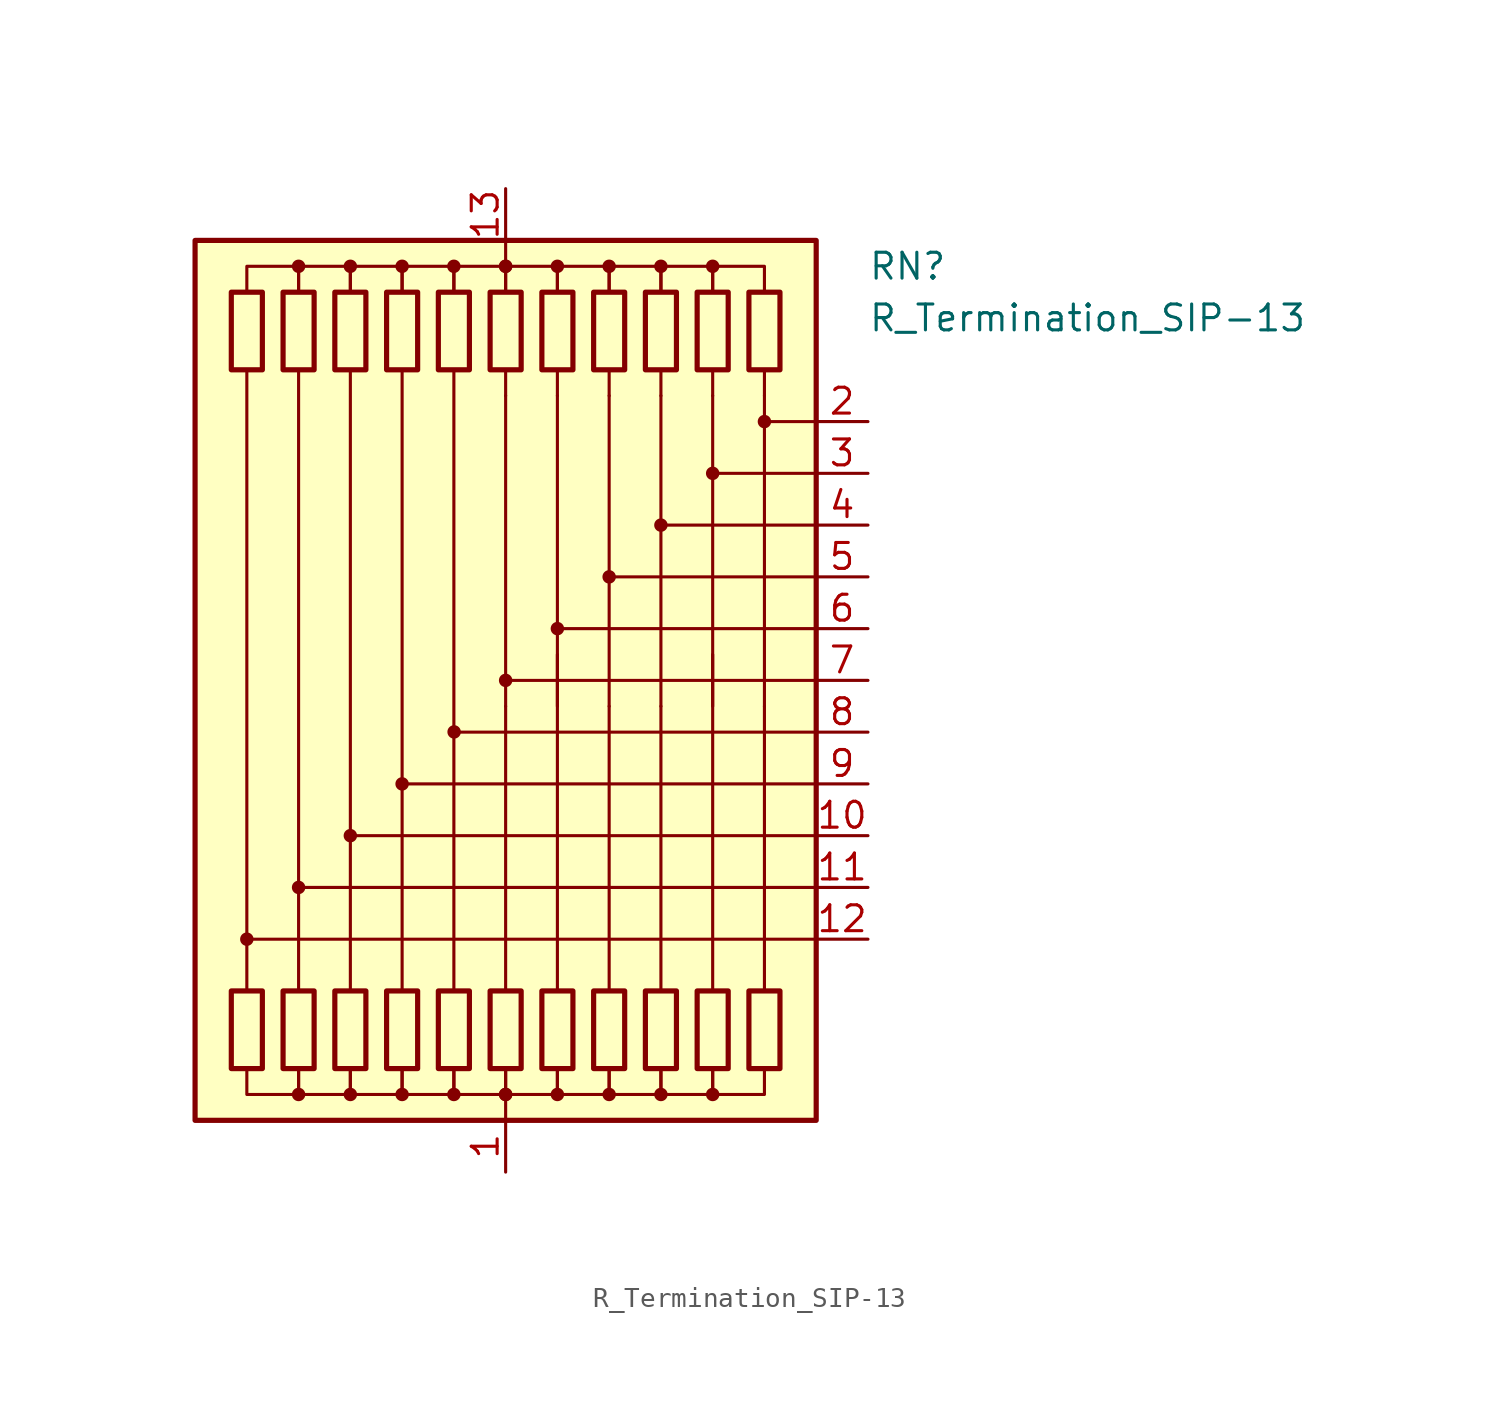
<source format=kicad_sym>
(kicad_symbol_lib
  (version 20220914)
  (generator kicad_symbol_editor)
  (symbol "R_Termination_SIP-13"
    (pin_names
      (offset 0.002) hide)
    (property "Reference" "RN"
      (at 17.78 20.32 0)
      (effects (font (size 1.27 1.27)) (justify left)))
    (property "Value" "R_Termination_SIP-13"
      (at 17.78 17.78 0)
      (effects (font (size 1.27 1.27)) (justify left)))
    (symbol "R_Termination_SIP-13_0_1"
      (rectangle (start -15.24 21.59) (end 15.24 -21.59) (stroke (width 0.254) (type default)) (fill (type background)))
      (rectangle (start -13.462 19.05) (end -11.938 15.24) (stroke (width 0.254) (type default)) (fill (type none)))
      (circle (center -12.7 -12.7) (radius 0.254) (stroke (width 0) (type default)) (fill (type outline)))
      (rectangle (start -11.938 -19.05) (end -13.462 -15.24) (stroke (width 0.254) (type default)) (fill (type none)))
      (rectangle (start -10.922 19.05) (end -9.398 15.24) (stroke (width 0.254) (type default)) (fill (type none)))
      (circle (center -10.16 -20.32) (radius 0.254) (stroke (width 0) (type default)) (fill (type outline)))
      (circle (center -10.16 -10.16) (radius 0.254) (stroke (width 0) (type default)) (fill (type outline)))
      (circle (center -10.16 20.32) (radius 0.254) (stroke (width 0) (type default)) (fill (type outline)))
      (rectangle (start -9.398 -19.05) (end -10.922 -15.24) (stroke (width 0.254) (type default)) (fill (type none)))
      (rectangle (start -8.382 19.05) (end -6.858 15.24) (stroke (width 0.254) (type default)) (fill (type none)))
      (circle (center -7.62 -20.32) (radius 0.254) (stroke (width 0) (type default)) (fill (type outline)))
      (circle (center -7.62 -7.62) (radius 0.254) (stroke (width 0) (type default)) (fill (type outline)))
      (circle (center -7.62 20.32) (radius 0.254) (stroke (width 0) (type default)) (fill (type outline)))
      (rectangle (start -6.858 -19.05) (end -8.382 -15.24) (stroke (width 0.254) (type default)) (fill (type none)))
      (rectangle (start -5.842 19.05) (end -4.318 15.24) (stroke (width 0.254) (type default)) (fill (type none)))
      (circle (center -5.08 -20.32) (radius 0.254) (stroke (width 0) (type default)) (fill (type outline)))
      (circle (center -5.08 -5.08) (radius 0.254) (stroke (width 0) (type default)) (fill (type outline)))
      (circle (center -5.08 20.32) (radius 0.254) (stroke (width 0) (type default)) (fill (type outline)))
      (rectangle (start -4.318 -19.05) (end -5.842 -15.24) (stroke (width 0.254) (type default)) (fill (type none)))
      (rectangle (start -3.302 19.05) (end -1.778 15.24) (stroke (width 0.254) (type default)) (fill (type none)))
      (circle (center -2.54 -20.32) (radius 0.254) (stroke (width 0) (type default)) (fill (type outline)))
      (circle (center -2.54 20.32) (radius 0.254) (stroke (width 0) (type default)) (fill (type outline)))
      (circle (center -2.528 -2.529) (radius 0.254) (stroke (width 0) (type default)) (fill (type outline)))
      (rectangle (start -1.778 -19.05) (end -3.302 -15.24) (stroke (width 0.254) (type default)) (fill (type none)))
      (rectangle (start -0.762 19.05) (end 0.762 15.24) (stroke (width 0.254) (type default)) (fill (type none)))
      (circle (center 0 -20.32) (radius 0.254) (stroke (width 0) (type default)) (fill (type outline)))
      (circle (center 0 -20.32) (radius 0.254) (stroke (width 0) (type default)) (fill (type outline)))
      (polyline (pts (xy -12.7 15.24) (xy -12.7 -15.24)) (stroke (width 0) (type default)) (fill (type none)))
      (polyline (pts (xy -10.16 15.24) (xy -10.16 -15.24)) (stroke (width 0) (type default)) (fill (type none)))
      (polyline (pts (xy -7.62 15.24) (xy -7.62 -15.24)) (stroke (width 0) (type default)) (fill (type none)))
      (polyline (pts (xy -5.08 15.24) (xy -5.08 -15.24)) (stroke (width 0) (type default)) (fill (type none)))
      (polyline (pts (xy -2.54 15.24) (xy -2.54 -15.24)) (stroke (width 0) (type default)) (fill (type none)))
      (polyline (pts (xy 0 -21.59) (xy 0 -20.32)) (stroke (width 0) (type default)) (fill (type none)))
      (polyline (pts (xy 0 -15.24) (xy 0 -1.27)) (stroke (width 0) (type default)) (fill (type none)))
      (polyline (pts (xy 0 13.97) (xy 0 -1.27)) (stroke (width 0.152) (type default)) (fill (type none)))
      (polyline (pts (xy 0 15.24) (xy 0 13.97)) (stroke (width 0) (type default)) (fill (type none)))
      (polyline (pts (xy 0 21.59) (xy 0 20.32)) (stroke (width 0) (type default)) (fill (type none)))
      (polyline (pts (xy 2.54 -15.24) (xy 2.54 1.27)) (stroke (width 0) (type default)) (fill (type none)))
      (polyline (pts (xy 2.54 13.97) (xy 2.54 -1.27)) (stroke (width 0.152) (type default)) (fill (type none)))
      (polyline (pts (xy 2.54 15.24) (xy 2.54 13.97)) (stroke (width 0) (type default)) (fill (type none)))
      (polyline (pts (xy 5.08 -15.24) (xy 5.08 -1.27)) (stroke (width 0) (type default)) (fill (type none)))
      (polyline (pts (xy 5.08 13.97) (xy 5.08 -1.27)) (stroke (width 0.152) (type default)) (fill (type none)))
      (polyline (pts (xy 5.08 15.24) (xy 5.08 13.97)) (stroke (width 0) (type default)) (fill (type none)))
      (polyline (pts (xy 7.62 -15.24) (xy 7.62 -1.27)) (stroke (width 0) (type default)) (fill (type none)))
      (polyline (pts (xy 7.62 13.97) (xy 7.62 -1.27)) (stroke (width 0.152) (type default)) (fill (type none)))
      (polyline (pts (xy 7.62 15.24) (xy 7.62 13.97)) (stroke (width 0) (type default)) (fill (type none)))
      (polyline (pts (xy 10.16 -15.24) (xy 10.16 1.27)) (stroke (width 0) (type default)) (fill (type none)))
      (polyline (pts (xy 10.16 13.97) (xy 10.16 -1.27)) (stroke (width 0.152) (type default)) (fill (type none)))
      (polyline (pts (xy 10.16 15.24) (xy 10.16 13.97)) (stroke (width 0) (type default)) (fill (type none)))
      (polyline (pts (xy 12.7 -15.24) (xy 12.7 -1.27)) (stroke (width 0) (type default)) (fill (type none)))
      (polyline (pts (xy 12.7 13.97) (xy 12.7 -1.27)) (stroke (width 0.152) (type default)) (fill (type none)))
      (polyline (pts (xy 12.7 15.24) (xy 12.7 13.97)) (stroke (width 0) (type default)) (fill (type none)))
      (polyline (pts (xy 15.24 -12.7) (xy -12.7 -12.7)) (stroke (width 0.152) (type default)) (fill (type none)))
      (polyline (pts (xy 15.24 -10.16) (xy -10.16 -10.16)) (stroke (width 0.152) (type default)) (fill (type none)))
      (polyline (pts (xy 15.24 -7.62) (xy -7.62 -7.62)) (stroke (width 0.152) (type default)) (fill (type none)))
      (polyline (pts (xy 15.24 -5.08) (xy -5.08 -5.08)) (stroke (width 0.152) (type default)) (fill (type none)))
      (polyline (pts (xy 15.24 -2.54) (xy -2.54 -2.54)) (stroke (width 0.152) (type default)) (fill (type none)))
      (polyline (pts (xy 15.24 0) (xy 0 0)) (stroke (width 0.152) (type default)) (fill (type none)))
      (polyline (pts (xy 15.24 2.54) (xy 2.54 2.54)) (stroke (width 0.152) (type default)) (fill (type none)))
      (polyline (pts (xy 15.24 5.08) (xy 5.08 5.08)) (stroke (width 0.152) (type default)) (fill (type none)))
      (polyline (pts (xy 15.24 7.62) (xy 7.62 7.62)) (stroke (width 0.152) (type default)) (fill (type none)))
      (polyline (pts (xy 15.24 10.16) (xy 10.16 10.16)) (stroke (width 0.152) (type default)) (fill (type none)))
      (polyline (pts (xy 15.24 12.7) (xy 12.7 12.7)) (stroke (width 0.152) (type default)) (fill (type none)))
      (polyline (pts (xy -12.7 19.05) (xy -12.7 20.32) (xy -10.16 20.32) (xy -10.16 19.05)) (stroke (width 0) (type default)) (fill (type none)))
      (polyline (pts (xy -10.16 -19.05) (xy -10.16 -20.32) (xy -12.7 -20.32) (xy -12.7 -19.05)) (stroke (width 0) (type default)) (fill (type none)))
      (polyline (pts (xy -10.16 19.05) (xy -10.16 20.32) (xy -7.62 20.32) (xy -7.62 19.05)) (stroke (width 0) (type default)) (fill (type none)))
      (polyline (pts (xy -7.62 -19.05) (xy -7.62 -20.32) (xy -10.16 -20.32) (xy -10.16 -19.05)) (stroke (width 0) (type default)) (fill (type none)))
      (polyline (pts (xy -7.62 19.05) (xy -7.62 20.32) (xy -5.08 20.32) (xy -5.08 19.05)) (stroke (width 0) (type default)) (fill (type none)))
      (polyline (pts (xy -5.08 -19.05) (xy -5.08 -20.32) (xy -7.62 -20.32) (xy -7.62 -19.05)) (stroke (width 0) (type default)) (fill (type none)))
      (polyline (pts (xy -5.08 19.05) (xy -5.08 20.32) (xy -2.54 20.32) (xy -2.54 19.05)) (stroke (width 0) (type default)) (fill (type none)))
      (polyline (pts (xy -2.54 -19.05) (xy -2.54 -20.32) (xy -5.08 -20.32) (xy -5.08 -19.05)) (stroke (width 0) (type default)) (fill (type none)))
      (polyline (pts (xy -2.54 19.05) (xy -2.54 20.32) (xy 0 20.32) (xy 0 19.05)) (stroke (width 0) (type default)) (fill (type none)))
      (polyline (pts (xy 0 -19.05) (xy 0 -20.32) (xy -2.54 -20.32) (xy -2.54 -19.05)) (stroke (width 0) (type default)) (fill (type none)))
      (polyline (pts (xy 0 19.05) (xy 0 20.32) (xy 2.54 20.32) (xy 2.54 19.05)) (stroke (width 0) (type default)) (fill (type none)))
      (polyline (pts (xy 2.54 -19.05) (xy 2.54 -20.32) (xy 0 -20.32) (xy 0 -19.05)) (stroke (width 0) (type default)) (fill (type none)))
      (polyline (pts (xy 2.54 19.05) (xy 2.54 20.32) (xy 5.08 20.32) (xy 5.08 19.05)) (stroke (width 0) (type default)) (fill (type none)))
      (polyline (pts (xy 5.08 -19.05) (xy 5.08 -20.32) (xy 2.54 -20.32) (xy 2.54 -19.05)) (stroke (width 0) (type default)) (fill (type none)))
      (polyline (pts (xy 5.08 19.05) (xy 5.08 20.32) (xy 7.62 20.32) (xy 7.62 19.05)) (stroke (width 0) (type default)) (fill (type none)))
      (polyline (pts (xy 7.62 -19.05) (xy 7.62 -20.32) (xy 5.08 -20.32) (xy 5.08 -19.05)) (stroke (width 0) (type default)) (fill (type none)))
      (polyline (pts (xy 7.62 19.05) (xy 7.62 20.32) (xy 10.16 20.32) (xy 10.16 19.05)) (stroke (width 0) (type default)) (fill (type none)))
      (polyline (pts (xy 10.16 -19.05) (xy 10.16 -20.32) (xy 7.62 -20.32) (xy 7.62 -19.05)) (stroke (width 0) (type default)) (fill (type none)))
      (polyline (pts (xy 10.16 19.05) (xy 10.16 20.32) (xy 12.7 20.32) (xy 12.7 19.05)) (stroke (width 0) (type default)) (fill (type none)))
      (polyline (pts (xy 12.7 -19.05) (xy 12.7 -20.32) (xy 10.16 -20.32) (xy 10.16 -19.05)) (stroke (width 0) (type default)) (fill (type none)))
      (circle (center 0 0) (radius 0.254) (stroke (width 0) (type default)) (fill (type outline)))
      (circle (center 0 20.32) (radius 0.254) (stroke (width 0) (type default)) (fill (type outline)))
      (circle (center 0 20.32) (radius 0.254) (stroke (width 0) (type default)) (fill (type outline)))
      (rectangle (start 0.762 -19.05) (end -0.762 -15.24) (stroke (width 0.254) (type default)) (fill (type none)))
      (rectangle (start 1.778 19.05) (end 3.302 15.24) (stroke (width 0.254) (type default)) (fill (type none)))
      (circle (center 2.54 -20.32) (radius 0.254) (stroke (width 0) (type default)) (fill (type outline)))
      (circle (center 2.54 2.54) (radius 0.254) (stroke (width 0) (type default)) (fill (type outline)))
      (circle (center 2.54 20.32) (radius 0.254) (stroke (width 0) (type default)) (fill (type outline)))
      (rectangle (start 3.302 -19.05) (end 1.778 -15.24) (stroke (width 0.254) (type default)) (fill (type none)))
      (rectangle (start 4.318 19.05) (end 5.842 15.24) (stroke (width 0.254) (type default)) (fill (type none)))
      (circle (center 5.08 -20.32) (radius 0.254) (stroke (width 0) (type default)) (fill (type outline)))
      (circle (center 5.08 5.08) (radius 0.254) (stroke (width 0) (type default)) (fill (type outline)))
      (circle (center 5.08 20.32) (radius 0.254) (stroke (width 0) (type default)) (fill (type outline)))
      (rectangle (start 5.842 -19.05) (end 4.318 -15.24) (stroke (width 0.254) (type default)) (fill (type none)))
      (rectangle (start 6.858 19.05) (end 8.382 15.24) (stroke (width 0.254) (type default)) (fill (type none)))
      (circle (center 7.62 -20.32) (radius 0.254) (stroke (width 0) (type default)) (fill (type outline)))
      (circle (center 7.62 7.62) (radius 0.254) (stroke (width 0) (type default)) (fill (type outline)))
      (circle (center 7.62 20.32) (radius 0.254) (stroke (width 0) (type default)) (fill (type outline)))
      (rectangle (start 8.382 -19.05) (end 6.858 -15.24) (stroke (width 0.254) (type default)) (fill (type none)))
      (rectangle (start 9.398 19.05) (end 10.922 15.24) (stroke (width 0.254) (type default)) (fill (type none)))
      (circle (center 10.16 -20.32) (radius 0.254) (stroke (width 0) (type default)) (fill (type outline)))
      (circle (center 10.16 10.16) (radius 0.254) (stroke (width 0) (type default)) (fill (type outline)))
      (circle (center 10.16 20.32) (radius 0.254) (stroke (width 0) (type default)) (fill (type outline)))
      (rectangle (start 10.922 -19.05) (end 9.398 -15.24) (stroke (width 0.254) (type default)) (fill (type none)))
      (rectangle (start 11.938 19.05) (end 13.462 15.24) (stroke (width 0.254) (type default)) (fill (type none)))
      (circle (center 12.7 12.7) (radius 0.254) (stroke (width 0) (type default)) (fill (type outline)))
      (rectangle (start 13.462 -19.05) (end 11.938 -15.24) (stroke (width 0.254) (type default)) (fill (type none))))
    (symbol "R_Termination_SIP-13_1_1"
      (pin passive line (at 0 -24.13 90) (length 2.54) (name "common" (effects (font (size 1.27 1.27)))) (number "1" (effects (font (size 1.27 1.27)))))
      (pin passive line (at 17.78 -7.62 180) (length 2.54) (name "R10" (effects (font (size 1.27 1.27)))) (number "10" (effects (font (size 1.27 1.27)))))
      (pin passive line (at 17.78 -10.16 180) (length 2.54) (name "R11" (effects (font (size 1.27 1.27)))) (number "11" (effects (font (size 1.27 1.27)))))
      (pin passive line (at 17.78 -12.7 180) (length 2.54) (name "R12" (effects (font (size 1.27 1.27)))) (number "12" (effects (font (size 1.27 1.27)))))
      (pin passive line (at 0 24.13 270) (length 2.54) (name "common" (effects (font (size 1.27 1.27)))) (number "13" (effects (font (size 1.27 1.27)))))
      (pin passive line (at 17.78 12.7 180) (length 2.54) (name "R2" (effects (font (size 1.27 1.27)))) (number "2" (effects (font (size 1.27 1.27)))))
      (pin passive line (at 17.78 10.16 180) (length 2.54) (name "R3" (effects (font (size 1.27 1.27)))) (number "3" (effects (font (size 1.27 1.27)))))
      (pin passive line (at 17.78 7.62 180) (length 2.54) (name "R4" (effects (font (size 1.27 1.27)))) (number "4" (effects (font (size 1.27 1.27)))))
      (pin passive line (at 17.78 5.08 180) (length 2.54) (name "R5" (effects (font (size 1.27 1.27)))) (number "5" (effects (font (size 1.27 1.27)))))
      (pin passive line (at 17.78 2.54 180) (length 2.54) (name "R6" (effects (font (size 1.27 1.27)))) (number "6" (effects (font (size 1.27 1.27)))))
      (pin passive line (at 17.78 0 180) (length 2.54) (name "R7" (effects (font (size 1.27 1.27)))) (number "7" (effects (font (size 1.27 1.27)))))
      (pin passive line (at 17.78 -2.54 180) (length 2.54) (name "R8" (effects (font (size 1.27 1.27)))) (number "8" (effects (font (size 1.27 1.27)))))
      (pin passive line (at 17.78 -5.08 180) (length 2.54) (name "R9" (effects (font (size 1.27 1.27)))) (number "9" (effects (font (size 1.27 1.27))))))))
</source>
